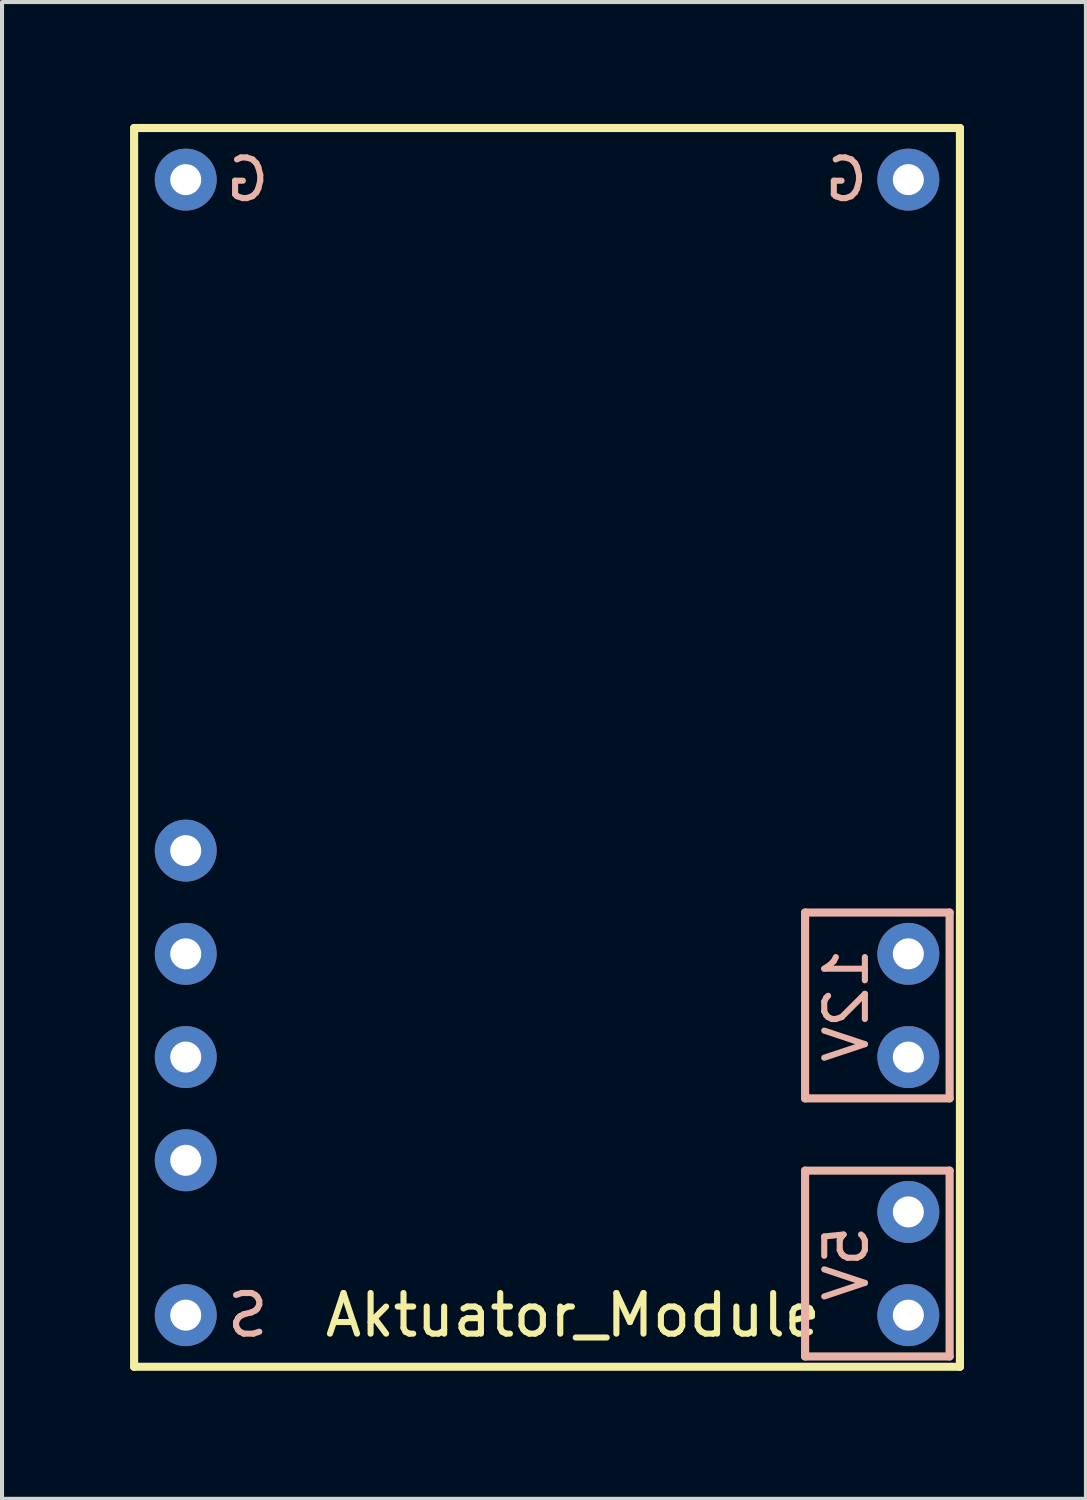
<source format=kicad_pcb>
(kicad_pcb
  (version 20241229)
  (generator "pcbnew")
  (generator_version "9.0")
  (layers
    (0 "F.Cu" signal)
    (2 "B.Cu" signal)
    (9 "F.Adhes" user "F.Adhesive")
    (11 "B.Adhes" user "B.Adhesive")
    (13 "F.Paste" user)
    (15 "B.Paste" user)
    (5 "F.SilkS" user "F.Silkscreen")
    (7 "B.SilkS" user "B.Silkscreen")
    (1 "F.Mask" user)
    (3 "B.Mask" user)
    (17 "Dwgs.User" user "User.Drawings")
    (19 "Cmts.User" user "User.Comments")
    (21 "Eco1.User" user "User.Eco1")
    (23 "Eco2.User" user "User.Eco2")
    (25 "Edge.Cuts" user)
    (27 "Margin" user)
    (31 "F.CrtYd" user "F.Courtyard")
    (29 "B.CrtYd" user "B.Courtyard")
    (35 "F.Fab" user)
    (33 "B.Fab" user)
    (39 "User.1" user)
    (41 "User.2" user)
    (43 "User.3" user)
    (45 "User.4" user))
  (footprint "Aktuator_Module"
    (layer "F.Cu")
    (at 0.25 30.58)
    (property "Reference" "Aktuator_Module" (at 10.795 -1.27 0) (layer "F.SilkS") (effects (font (size 1 1) (thickness 0.15))))
    (attr through_hole)
    (fp_line (start 0 -30.48) (end 0 0) (stroke (width 0.2) (type solid)) (layer "F.SilkS"))
    (fp_line (start 0 0) (end 20.32 0) (stroke (width 0.2) (type solid)) (layer "F.SilkS"))
    (fp_line (start 20.32 -30.48) (end 0 -30.48) (stroke (width 0.2) (type solid)) (layer "F.SilkS"))
    (fp_line (start 20.32 0) (end 20.32 -30.48) (stroke (width 0.2) (type solid)) (layer "F.SilkS"))
    (fp_line (start 16.51 -11.176) (end 16.51 -6.604) (stroke (width 0.2) (type solid)) (layer "B.SilkS"))
    (fp_line (start 16.51 -6.604) (end 20.066 -6.604) (stroke (width 0.2) (type solid)) (layer "B.SilkS"))
    (fp_line (start 16.51 -4.826) (end 20.066 -4.826) (stroke (width 0.2) (type solid)) (layer "B.SilkS"))
    (fp_line (start 16.51 -0.254) (end 16.51 -4.826) (stroke (width 0.2) (type solid)) (layer "B.SilkS"))
    (fp_line (start 20.066 -11.176) (end 16.51 -11.176) (stroke (width 0.2) (type solid)) (layer "B.SilkS"))
    (fp_line (start 20.066 -6.604) (end 20.066 -11.176) (stroke (width 0.2) (type solid)) (layer "B.SilkS"))
    (fp_line (start 20.066 -4.826) (end 20.066 -0.254) (stroke (width 0.2) (type solid)) (layer "B.SilkS"))
    (fp_line (start 20.066 -0.254) (end 16.51 -0.254) (stroke (width 0.2) (type solid)) (layer "B.SilkS"))
    (fp_text user "5V" (at 17.526 -2.54 90) (layer "B.SilkS") (effects (font (size 1 1) (thickness 0.15)) (justify mirror)))
    (fp_text user "G" (at 2.794 -29.21 0) (layer "B.SilkS") (effects (font (size 1 1) (thickness 0.15)) (justify mirror)))
    (fp_text user "G" (at 17.526 -29.21 0) (layer "B.SilkS") (effects (font (size 1 1) (thickness 0.15)) (justify mirror)))
    (fp_text user "12V" (at 17.526 -8.89 90) (layer "B.SilkS") (effects (font (size 1 1) (thickness 0.15)) (justify mirror)))
    (fp_text user "S" (at 2.794 -1.27 0) (layer "B.SilkS") (effects (font (size 1 1) (thickness 0.15)) (justify mirror)))
    (pad "1" thru_hole circle (at 19.05 -3.81) (size 1.524 1.524) (drill 0.762) (layers "*.Cu" "*.Mask"))
    (pad "1" thru_hole circle (at 19.05 -1.27) (size 1.524 1.524) (drill 0.762) (layers "*.Cu" "*.Mask"))
    (pad "2" thru_hole circle (at 19.05 -10.16) (size 1.524 1.524) (drill 0.762) (layers "*.Cu" "*.Mask"))
    (pad "2" thru_hole circle (at 19.05 -7.62) (size 1.524 1.524) (drill 0.762) (layers "*.Cu" "*.Mask"))
    (pad "3" thru_hole circle (at 1.27 -1.27) (size 1.524 1.524) (drill 0.762) (layers "*.Cu" "*.Mask"))
    (pad "4" thru_hole circle (at 1.27 -29.21) (size 1.524 1.524) (drill 0.762) (layers "*.Cu" "*.Mask"))
    (pad "4" thru_hole circle (at 19.05 -29.21) (size 1.524 1.524) (drill 0.762) (layers "*.Cu" "*.Mask"))
    (pad "6" thru_hole circle (at 1.27 -5.08) (size 1.524 1.524) (drill 0.762) (layers "*.Cu" "*.Mask"))
    (pad "7" thru_hole circle (at 1.27 -7.62) (size 1.524 1.524) (drill 0.762) (layers "*.Cu" "*.Mask"))
    (pad "8" thru_hole circle (at 1.27 -10.16) (size 1.524 1.524) (drill 0.762) (layers "*.Cu" "*.Mask"))
    (pad "9" thru_hole circle (at 1.27 -12.7) (size 1.524 1.524) (drill 0.762) (layers "*.Cu" "*.Mask")))
  (gr_rect
    (start -3 -3)
    (end 23.67 33.83)
    (stroke (width 0.1) (type default))
    (fill no)
    (layer "Edge.Cuts")))
</source>
